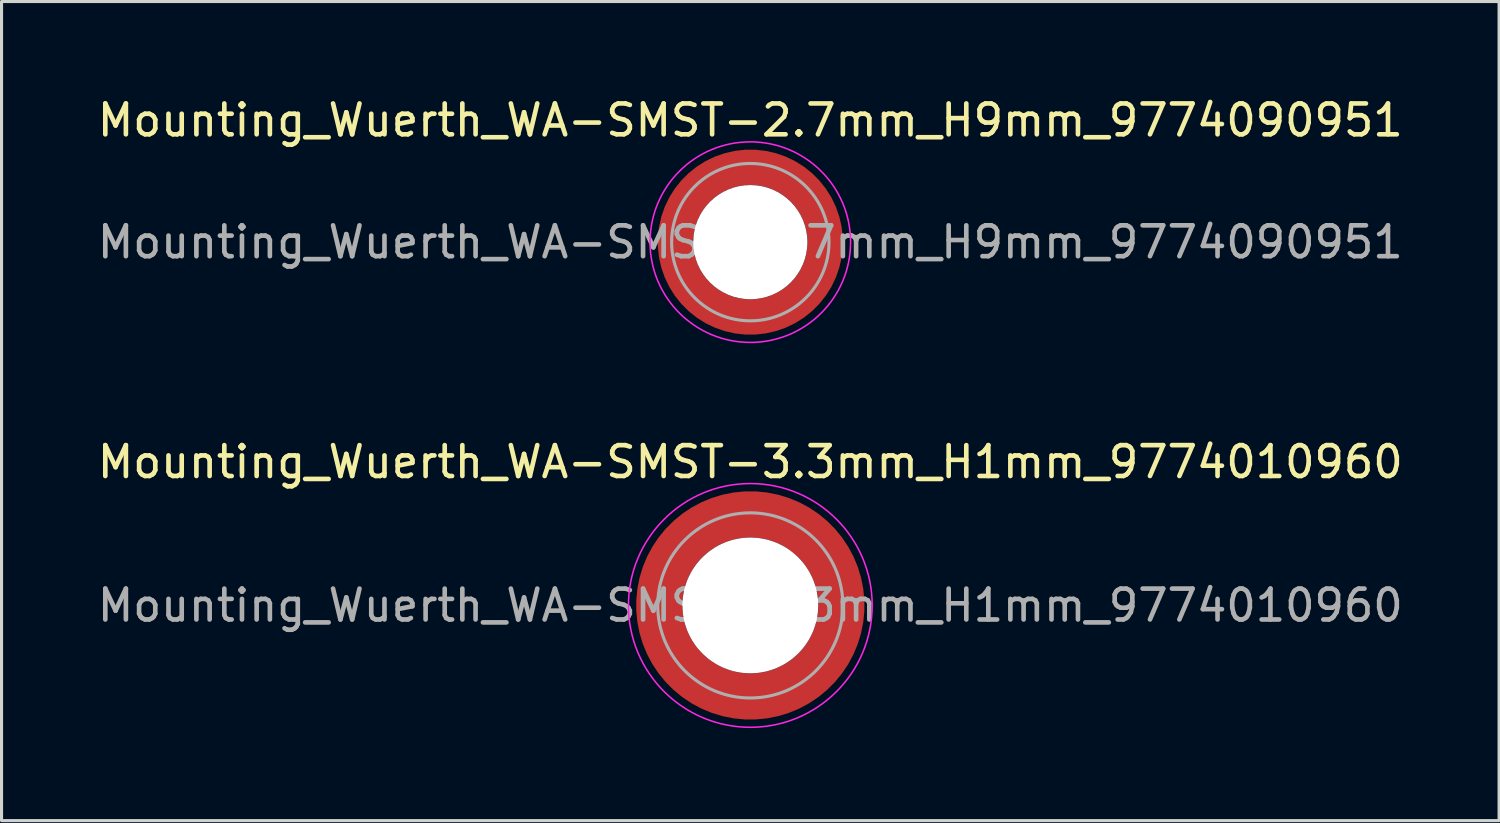
<source format=kicad_pcb>
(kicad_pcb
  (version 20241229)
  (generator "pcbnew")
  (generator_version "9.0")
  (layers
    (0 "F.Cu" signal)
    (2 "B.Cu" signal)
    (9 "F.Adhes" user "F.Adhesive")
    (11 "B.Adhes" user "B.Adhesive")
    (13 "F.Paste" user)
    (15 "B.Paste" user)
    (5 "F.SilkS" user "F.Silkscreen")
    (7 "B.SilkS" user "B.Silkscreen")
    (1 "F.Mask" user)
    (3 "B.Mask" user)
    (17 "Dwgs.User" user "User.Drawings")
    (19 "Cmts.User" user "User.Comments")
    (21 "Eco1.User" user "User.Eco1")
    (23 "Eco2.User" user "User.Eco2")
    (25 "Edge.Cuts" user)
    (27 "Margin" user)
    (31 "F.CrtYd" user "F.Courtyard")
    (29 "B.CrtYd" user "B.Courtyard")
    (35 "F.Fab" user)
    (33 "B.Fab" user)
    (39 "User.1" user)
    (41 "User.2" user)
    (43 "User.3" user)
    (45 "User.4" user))
  (footprint "Mounting_Wuerth_WA-SMST-3.3mm_H1mm_9774010960"
    (layer "F.Cu")
    (at 21.268 16.572)
    (property "Reference" "Mounting_Wuerth_WA-SMST-3.3mm_H1mm_9774010960" (at 0 -4.65 0) (layer "F.SilkS") (effects (font (size 1 1) (thickness 0.15))))
    (attr smd)
    (fp_circle (center 0 0) (end 3.95 0) (stroke (width 0.05) (type solid)) (fill no) (layer "F.CrtYd"))
    (fp_circle (center 0 0) (end 3 0) (stroke (width 0.1) (type solid)) (fill no) (layer "F.Fab"))
    (fp_text user "${REFERENCE}" (at 0 0 0) (layer "F.Fab") (effects (font (size 1 1) (thickness 0.15))))
    (pad "" smd custom (at -2.058 -2.058) (size 0.7 0.7) (layers "F.Paste") (options (anchor circle)) (primitives (gr_arc (start -0.377294 1.707681) (mid 0.318198 0.318198) (end 1.707681 -0.377294) (width 0.2)) (gr_arc (start -0.478281 1.707681) (mid 0.247487 0.247487) (end 1.707681 -0.478281) (width 0.2)) (gr_arc (start -0.579192 1.707681) (mid 0.176777 0.176777) (end 1.707681 -0.579192) (width 0.2)) (gr_arc (start -0.680037 1.707681) (mid 0.106066 0.106066) (end 1.707681 -0.680037) (width 0.2)) (gr_arc (start -0.780822 1.707681) (mid 0.035356 0.035356) (end 1.707681 -0.780822) (width 0.2)) (gr_arc (start -0.881554 1.707681) (mid -0.035355 -0.035355) (end 1.707681 -0.881554) (width 0.2)) (gr_arc (start -0.982237 1.707681) (mid -0.106066 -0.106066) (end 1.707681 -0.982237) (width 0.2)) (gr_arc (start -1.082877 1.707681) (mid -0.176777 -0.176777) (end 1.707681 -1.082877) (width 0.2)) (gr_arc (start -1.183476 1.707681) (mid -0.247487 -0.247487) (end 1.707681 -1.183476) (width 0.2)) (gr_arc (start -1.28404 1.707681) (mid -0.318198 -0.318198) (end 1.707681 -1.28404) (width 0.2)) (gr_line (start 1.708 -0.377) (end 1.708 -1.284) (width 0.2)) (gr_line (start -0.377 1.708) (end -1.284 1.708) (width 0.2))))
    (pad "" smd custom (at -2.058 2.058) (size 0.7 0.7) (layers "F.Paste") (options (anchor circle)) (primitives (gr_arc (start 1.707681 0.377294) (mid 0.318198 -0.318198) (end -0.377294 -1.707681) (width 0.2)) (gr_arc (start 1.707681 0.478281) (mid 0.247487 -0.247487) (end -0.478281 -1.707681) (width 0.2)) (gr_arc (start 1.707681 0.579192) (mid 0.176777 -0.176777) (end -0.579192 -1.707681) (width 0.2)) (gr_arc (start 1.707681 0.680037) (mid 0.106066 -0.106066) (end -0.680037 -1.707681) (width 0.2)) (gr_arc (start 1.707681 0.780822) (mid 0.035356 -0.035356) (end -0.780822 -1.707681) (width 0.2)) (gr_arc (start 1.707681 0.881554) (mid -0.035355 0.035355) (end -0.881554 -1.707681) (width 0.2)) (gr_arc (start 1.707681 0.982237) (mid -0.106066 0.106066) (end -0.982237 -1.707681) (width 0.2)) (gr_arc (start 1.707681 1.082877) (mid -0.176777 0.176777) (end -1.082877 -1.707681) (width 0.2)) (gr_arc (start 1.707681 1.183476) (mid -0.247487 0.247487) (end -1.183476 -1.707681) (width 0.2)) (gr_arc (start 1.707681 1.28404) (mid -0.318198 0.318198) (end -1.28404 -1.707681) (width 0.2)) (gr_line (start -0.377 -1.708) (end -1.284 -1.708) (width 0.2)) (gr_line (start 1.708 0.377) (end 1.708 1.284) (width 0.2))))
    (pad "" np_thru_hole circle (at 0 0) (size 4.4 4.4) (drill 4.4) (layers "*.Cu" "*.Mask"))
    (pad "" smd custom (at 2.058 -2.058) (size 0.7 0.7) (layers "F.Paste") (options (anchor circle)) (primitives (gr_arc (start -1.707681 -0.377294) (mid -0.318198 0.318198) (end 0.377294 1.707681) (width 0.2)) (gr_arc (start -1.707681 -0.478281) (mid -0.247487 0.247487) (end 0.478281 1.707681) (width 0.2)) (gr_arc (start -1.707681 -0.579192) (mid -0.176777 0.176777) (end 0.579192 1.707681) (width 0.2)) (gr_arc (start -1.707681 -0.680037) (mid -0.106066 0.106066) (end 0.680037 1.707681) (width 0.2)) (gr_arc (start -1.707681 -0.780822) (mid -0.035356 0.035356) (end 0.780822 1.707681) (width 0.2)) (gr_arc (start -1.707681 -0.881554) (mid 0.035355 -0.035355) (end 0.881554 1.707681) (width 0.2)) (gr_arc (start -1.707681 -0.982237) (mid 0.106066 -0.106066) (end 0.982237 1.707681) (width 0.2)) (gr_arc (start -1.707681 -1.082877) (mid 0.176777 -0.176777) (end 1.082877 1.707681) (width 0.2)) (gr_arc (start -1.707681 -1.183476) (mid 0.247487 -0.247487) (end 1.183476 1.707681) (width 0.2)) (gr_arc (start -1.707681 -1.28404) (mid 0.318198 -0.318198) (end 1.28404 1.707681) (width 0.2)) (gr_line (start 0.377 1.708) (end 1.284 1.708) (width 0.2)) (gr_line (start -1.708 -0.377) (end -1.708 -1.284) (width 0.2))))
    (pad "" smd custom (at 2.058 2.058) (size 0.7 0.7) (layers "F.Paste") (options (anchor circle)) (primitives (gr_arc (start 0.377294 -1.707681) (mid -0.318198 -0.318198) (end -1.707681 0.377294) (width 0.2)) (gr_arc (start 0.478281 -1.707681) (mid -0.247487 -0.247487) (end -1.707681 0.478281) (width 0.2)) (gr_arc (start 0.579192 -1.707681) (mid -0.176777 -0.176777) (end -1.707681 0.579192) (width 0.2)) (gr_arc (start 0.680037 -1.707681) (mid -0.106066 -0.106066) (end -1.707681 0.680037) (width 0.2)) (gr_arc (start 0.780822 -1.707681) (mid -0.035356 -0.035356) (end -1.707681 0.780822) (width 0.2)) (gr_arc (start 0.881554 -1.707681) (mid 0.035355 0.035355) (end -1.707681 0.881554) (width 0.2)) (gr_arc (start 0.982237 -1.707681) (mid 0.106066 0.106066) (end -1.707681 0.982237) (width 0.2)) (gr_arc (start 1.082877 -1.707681) (mid 0.176777 0.176777) (end -1.707681 1.082877) (width 0.2)) (gr_arc (start 1.183476 -1.707681) (mid 0.247487 0.247487) (end -1.707681 1.183476) (width 0.2)) (gr_arc (start 1.28404 -1.707681) (mid 0.318198 0.318198) (end -1.707681 1.28404) (width 0.2)) (gr_line (start -1.708 0.377) (end -1.708 1.284) (width 0.2)) (gr_line (start 0.377 -1.708) (end 1.284 -1.708) (width 0.2))))
    (pad "1" smd circle (at -2.95 0) (size 1.1 1.1) (layers "F.Cu"))
    (pad "1" smd circle (at 0 -2.95) (size 1.1 1.1) (layers "F.Cu"))
    (pad "1" smd circle (at 0 2.95) (size 1.1 1.1) (layers "F.Cu"))
    (pad "1" smd custom (at 2.95 0) (size 1.1 1.1) (layers "F.Cu" "F.Mask") (options (anchor circle)) (primitives (gr_circle (center -2.95 0) (end 0 0) (width 1.5) (fill no)))))
  (footprint "Mounting_Wuerth_WA-SMST-2.7mm_H9mm_9774090951"
    (layer "F.Cu")
    (at 21.268 4.798)
    (property "Reference" "Mounting_Wuerth_WA-SMST-2.7mm_H9mm_9774090951" (at 0 -3.95 0) (layer "F.SilkS") (effects (font (size 1 1) (thickness 0.15))))
    (attr smd)
    (fp_circle (center 0 0) (end 3.25 0) (stroke (width 0.05) (type solid)) (fill no) (layer "F.CrtYd"))
    (fp_circle (center 0 0) (end 2.55 0) (stroke (width 0.1) (type solid)) (fill no) (layer "F.Fab"))
    (fp_text user "${REFERENCE}" (at 0 0 0) (layer "F.Fab") (effects (font (size 1 1) (thickness 0.15))))
    (pad "" smd custom (at -1.704 -1.704) (size 0.62 0.62) (layers "F.Paste") (options (anchor circle)) (primitives (gr_arc (start -0.250195 1.279127) (mid 0.289914 0.289914) (end 1.279127 -0.250195) (width 0.2)) (gr_arc (start -0.34334 1.279127) (mid 0.225488 0.225488) (end 1.279127 -0.34334) (width 0.2)) (gr_arc (start -0.436309 1.279127) (mid 0.161063 0.161063) (end 1.279127 -0.436309) (width 0.2)) (gr_arc (start -0.529126 1.279127) (mid 0.096638 0.096638) (end 1.279127 -0.529126) (width 0.2)) (gr_arc (start -0.621807 1.279127) (mid 0.032213 0.032213) (end 1.279127 -0.621807) (width 0.2)) (gr_arc (start -0.71437 1.279127) (mid -0.032213 -0.032213) (end 1.279127 -0.71437) (width 0.2)) (gr_arc (start -0.806826 1.279127) (mid -0.096638 -0.096638) (end 1.279127 -0.806826) (width 0.2)) (gr_arc (start -0.899187 1.279127) (mid -0.161063 -0.161063) (end 1.279127 -0.899187) (width 0.2)) (gr_arc (start -0.991463 1.279127) (mid -0.225488 -0.225488) (end 1.279127 -0.991463) (width 0.2)) (gr_arc (start -1.083663 1.279127) (mid -0.289914 -0.289914) (end 1.279127 -1.083663) (width 0.2)) (gr_line (start 1.279 -0.25) (end 1.279 -1.084) (width 0.2)) (gr_line (start -0.25 1.279) (end -1.084 1.279) (width 0.2))))
    (pad "" smd custom (at -1.704 1.704) (size 0.62 0.62) (layers "F.Paste") (options (anchor circle)) (primitives (gr_arc (start 1.279127 0.250195) (mid 0.289914 -0.289914) (end -0.250195 -1.279127) (width 0.2)) (gr_arc (start 1.279127 0.34334) (mid 0.225488 -0.225488) (end -0.34334 -1.279127) (width 0.2)) (gr_arc (start 1.279127 0.436309) (mid 0.161063 -0.161063) (end -0.436309 -1.279127) (width 0.2)) (gr_arc (start 1.279127 0.529126) (mid 0.096638 -0.096638) (end -0.529126 -1.279127) (width 0.2)) (gr_arc (start 1.279127 0.621807) (mid 0.032213 -0.032213) (end -0.621807 -1.279127) (width 0.2)) (gr_arc (start 1.279127 0.71437) (mid -0.032213 0.032213) (end -0.71437 -1.279127) (width 0.2)) (gr_arc (start 1.279127 0.806826) (mid -0.096638 0.096638) (end -0.806826 -1.279127) (width 0.2)) (gr_arc (start 1.279127 0.899187) (mid -0.161063 0.161063) (end -0.899187 -1.279127) (width 0.2)) (gr_arc (start 1.279127 0.991463) (mid -0.225488 0.225488) (end -0.991463 -1.279127) (width 0.2)) (gr_arc (start 1.279127 1.083663) (mid -0.289914 0.289914) (end -1.083663 -1.279127) (width 0.2)) (gr_line (start -0.25 -1.279) (end -1.084 -1.279) (width 0.2)) (gr_line (start 1.279 0.25) (end 1.279 1.084) (width 0.2))))
    (pad "" np_thru_hole circle (at 0 0) (size 3.7 3.7) (drill 3.7) (layers "*.Cu" "*.Mask"))
    (pad "" smd custom (at 1.704 -1.704) (size 0.62 0.62) (layers "F.Paste") (options (anchor circle)) (primitives (gr_arc (start -1.279127 -0.250195) (mid -0.289914 0.289914) (end 0.250195 1.279127) (width 0.2)) (gr_arc (start -1.279127 -0.34334) (mid -0.225488 0.225488) (end 0.34334 1.279127) (width 0.2)) (gr_arc (start -1.279127 -0.436309) (mid -0.161063 0.161063) (end 0.436309 1.279127) (width 0.2)) (gr_arc (start -1.279127 -0.529126) (mid -0.096638 0.096638) (end 0.529126 1.279127) (width 0.2)) (gr_arc (start -1.279127 -0.621807) (mid -0.032213 0.032213) (end 0.621807 1.279127) (width 0.2)) (gr_arc (start -1.279127 -0.71437) (mid 0.032213 -0.032213) (end 0.71437 1.279127) (width 0.2)) (gr_arc (start -1.279127 -0.806826) (mid 0.096638 -0.096638) (end 0.806826 1.279127) (width 0.2)) (gr_arc (start -1.279127 -0.899187) (mid 0.161063 -0.161063) (end 0.899187 1.279127) (width 0.2)) (gr_arc (start -1.279127 -0.991463) (mid 0.225488 -0.225488) (end 0.991463 1.279127) (width 0.2)) (gr_arc (start -1.279127 -1.083663) (mid 0.289914 -0.289914) (end 1.083663 1.279127) (width 0.2)) (gr_line (start 0.25 1.279) (end 1.084 1.279) (width 0.2)) (gr_line (start -1.279 -0.25) (end -1.279 -1.084) (width 0.2))))
    (pad "" smd custom (at 1.704 1.704) (size 0.62 0.62) (layers "F.Paste") (options (anchor circle)) (primitives (gr_arc (start 0.250195 -1.279127) (mid -0.289914 -0.289914) (end -1.279127 0.250195) (width 0.2)) (gr_arc (start 0.34334 -1.279127) (mid -0.225488 -0.225488) (end -1.279127 0.34334) (width 0.2)) (gr_arc (start 0.436309 -1.279127) (mid -0.161063 -0.161063) (end -1.279127 0.436309) (width 0.2)) (gr_arc (start 0.529126 -1.279127) (mid -0.096638 -0.096638) (end -1.279127 0.529126) (width 0.2)) (gr_arc (start 0.621807 -1.279127) (mid -0.032213 -0.032213) (end -1.279127 0.621807) (width 0.2)) (gr_arc (start 0.71437 -1.279127) (mid 0.032213 0.032213) (end -1.279127 0.71437) (width 0.2)) (gr_arc (start 0.806826 -1.279127) (mid 0.096638 0.096638) (end -1.279127 0.806826) (width 0.2)) (gr_arc (start 0.899187 -1.279127) (mid 0.161063 0.161063) (end -1.279127 0.899187) (width 0.2)) (gr_arc (start 0.991463 -1.279127) (mid 0.225488 0.225488) (end -1.279127 0.991463) (width 0.2)) (gr_arc (start 1.083663 -1.279127) (mid 0.289914 0.289914) (end -1.279127 1.083663) (width 0.2)) (gr_line (start -1.279 0.25) (end -1.279 1.084) (width 0.2)) (gr_line (start 0.25 -1.279) (end 1.084 -1.279) (width 0.2))))
    (pad "1" smd circle (at -2.425 0) (size 0.75 0.75) (layers "F.Cu"))
    (pad "1" smd circle (at 0 -2.425) (size 0.75 0.75) (layers "F.Cu"))
    (pad "1" smd circle (at 0 2.425) (size 0.75 0.75) (layers "F.Cu"))
    (pad "1" smd custom (at 2.425 0) (size 0.75 0.75) (layers "F.Cu" "F.Mask") (options (anchor circle)) (primitives (gr_circle (center -2.425 0) (end 0 0) (width 1.15) (fill no)))))
  (gr_rect
    (start -3 -3)
    (end 45.536 23.547)
    (stroke (width 0.1) (type default))
    (fill no)
    (layer "Edge.Cuts")))
</source>
